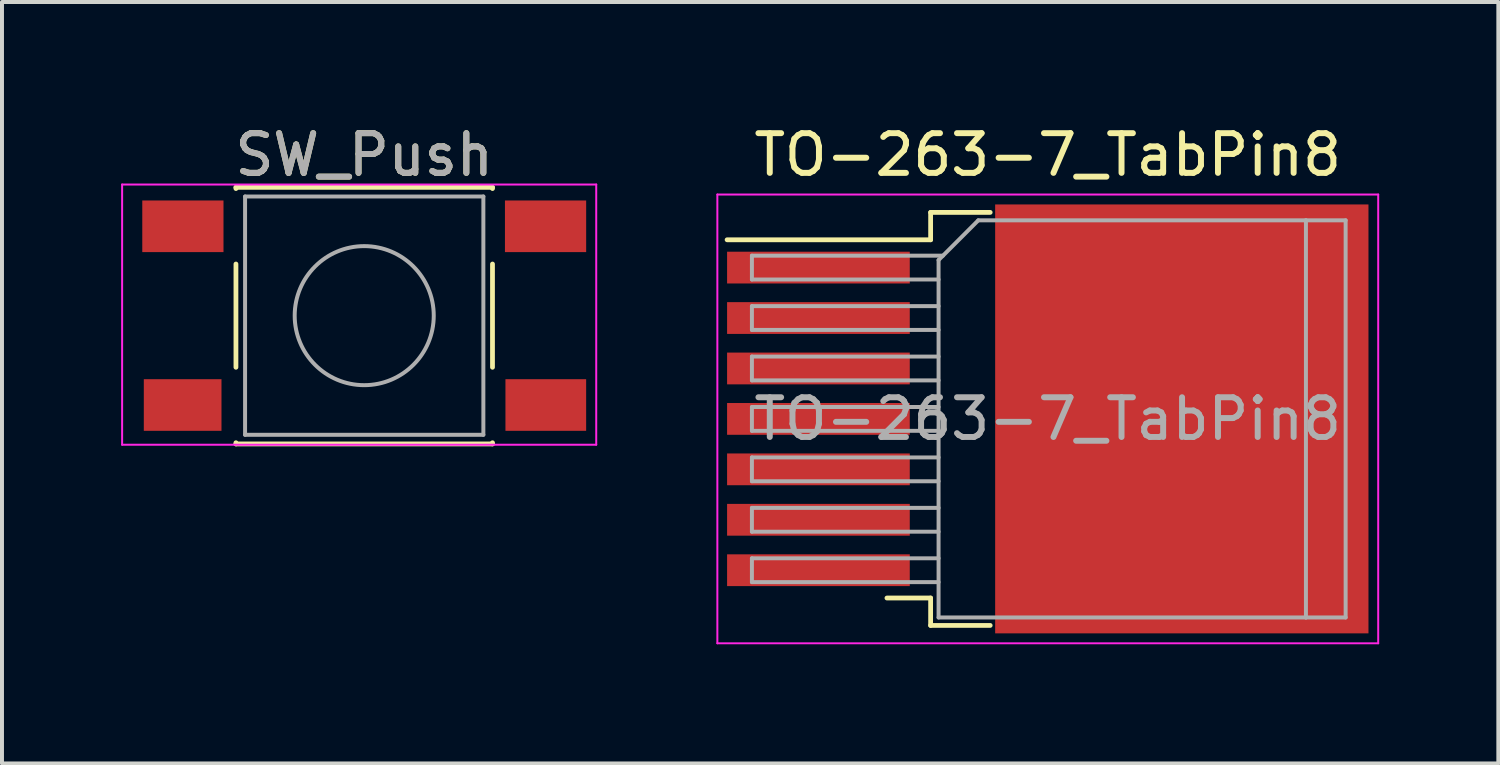
<source format=kicad_pcb>
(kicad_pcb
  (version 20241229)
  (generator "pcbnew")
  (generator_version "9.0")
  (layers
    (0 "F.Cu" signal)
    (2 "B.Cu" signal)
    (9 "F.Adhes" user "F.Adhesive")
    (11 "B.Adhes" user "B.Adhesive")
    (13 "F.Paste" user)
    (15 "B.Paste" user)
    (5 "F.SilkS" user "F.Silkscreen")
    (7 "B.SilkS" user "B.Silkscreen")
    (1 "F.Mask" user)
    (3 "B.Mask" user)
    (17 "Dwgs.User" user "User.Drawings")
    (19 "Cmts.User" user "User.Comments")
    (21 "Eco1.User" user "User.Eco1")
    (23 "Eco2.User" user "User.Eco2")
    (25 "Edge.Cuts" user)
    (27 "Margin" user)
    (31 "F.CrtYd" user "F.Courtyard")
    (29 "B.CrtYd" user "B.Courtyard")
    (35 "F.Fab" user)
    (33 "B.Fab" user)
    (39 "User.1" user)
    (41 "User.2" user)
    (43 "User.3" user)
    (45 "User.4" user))
  (footprint "SW_Push"
    (layer "F.Cu")
    (at 6.121 4.898)
    (property "Reference" "SW_Push" (at 0 -4.05 0) (layer "F.SilkS") (effects (font (size 1 1) (thickness 0.15))))
    (attr smd)
    (fp_line (start -3.23 -3.23) (end 3.23 -3.23) (stroke (width 0.12) (type solid)) (layer "F.SilkS"))
    (fp_line (start -3.23 -3.2) (end -3.23 -3.23) (stroke (width 0.12) (type solid)) (layer "F.SilkS"))
    (fp_line (start -3.23 -1.3) (end -3.23 1.3) (stroke (width 0.12) (type solid)) (layer "F.SilkS"))
    (fp_line (start -3.23 3.23) (end -3.23 3.2) (stroke (width 0.12) (type solid)) (layer "F.SilkS"))
    (fp_line (start -3.23 3.23) (end 3.23 3.23) (stroke (width 0.12) (type solid)) (layer "F.SilkS"))
    (fp_line (start 3.23 -3.23) (end 3.23 -3.2) (stroke (width 0.12) (type solid)) (layer "F.SilkS"))
    (fp_line (start 3.23 -1.3) (end 3.23 1.3) (stroke (width 0.12) (type solid)) (layer "F.SilkS"))
    (fp_line (start 3.23 3.23) (end 3.23 3.2) (stroke (width 0.12) (type solid)) (layer "F.SilkS"))
    (fp_line (start -6.096 -3.302) (end -6.096 3.25) (stroke (width 0.05) (type solid)) (layer "F.CrtYd"))
    (fp_line (start -6.096 -3.302) (end 5.842 -3.302) (stroke (width 0.05) (type solid)) (layer "F.CrtYd"))
    (fp_line (start -6.096 3.25) (end 5.842 3.25) (stroke (width 0.05) (type solid)) (layer "F.CrtYd"))
    (fp_line (start 5.842 3.25) (end 5.842 -3.302) (stroke (width 0.05) (type solid)) (layer "F.CrtYd"))
    (fp_line (start -3 -3) (end -3 3) (stroke (width 0.1) (type solid)) (layer "F.Fab"))
    (fp_line (start -3 3) (end 3 3) (stroke (width 0.1) (type solid)) (layer "F.Fab"))
    (fp_line (start 3 -3) (end -3 -3) (stroke (width 0.1) (type solid)) (layer "F.Fab"))
    (fp_line (start 3 3) (end 3 -3) (stroke (width 0.1) (type solid)) (layer "F.Fab"))
    (fp_circle (center 0 0) (end 1.75 -0.05) (stroke (width 0.1) (type solid)) (fill no) (layer "F.Fab"))
    (fp_text user "${REFERENCE}" (at 0 -4.05 0) (layer "F.Fab") (effects (font (size 1 1) (thickness 0.15))))
    (pad "1" smd rect (at -4.566 -2.25) (size 2.045 1.3) (layers "F.Cu" "F.Mask" "F.Paste"))
    (pad "1" smd rect (at 4.566 -2.25) (size 2.045 1.3) (layers "F.Cu" "F.Mask" "F.Paste"))
    (pad "2" smd rect (at -4.572 2.25) (size 1.956 1.3) (layers "F.Cu" "F.Mask" "F.Paste"))
    (pad "2" smd rect (at 4.572 2.25) (size 2.032 1.3) (layers "F.Cu" "F.Mask" "F.Paste")))
  (footprint "TO-263-7_TabPin8"
    (layer "F.Cu")
    (at 23.333 7.498)
    (property "Reference" "TO-263-7_TabPin8" (at 0 -6.65 0) (layer "F.SilkS") (effects (font (size 1 1) (thickness 0.15))))
    (attr smd)
    (fp_line (start -2.95 -5.2) (end -2.95 -4.51) (stroke (width 0.12) (type solid)) (layer "F.SilkS"))
    (fp_line (start -2.95 -4.51) (end -8.075 -4.51) (stroke (width 0.12) (type solid)) (layer "F.SilkS"))
    (fp_line (start -2.95 4.51) (end -4.05 4.51) (stroke (width 0.12) (type solid)) (layer "F.SilkS"))
    (fp_line (start -2.95 5.2) (end -2.95 4.51) (stroke (width 0.12) (type solid)) (layer "F.SilkS"))
    (fp_line (start -1.45 -5.2) (end -2.95 -5.2) (stroke (width 0.12) (type solid)) (layer "F.SilkS"))
    (fp_line (start -1.45 5.2) (end -2.95 5.2) (stroke (width 0.12) (type solid)) (layer "F.SilkS"))
    (fp_line (start -8.32 -5.65) (end -8.32 5.65) (stroke (width 0.05) (type solid)) (layer "F.CrtYd"))
    (fp_line (start -8.32 5.65) (end 8.32 5.65) (stroke (width 0.05) (type solid)) (layer "F.CrtYd"))
    (fp_line (start 8.32 -5.65) (end -8.32 -5.65) (stroke (width 0.05) (type solid)) (layer "F.CrtYd"))
    (fp_line (start 8.32 5.65) (end 8.32 -5.65) (stroke (width 0.05) (type solid)) (layer "F.CrtYd"))
    (fp_line (start -7.45 -4.11) (end -7.45 -3.51) (stroke (width 0.1) (type solid)) (layer "F.Fab"))
    (fp_line (start -7.45 -3.51) (end -2.75 -3.51) (stroke (width 0.1) (type solid)) (layer "F.Fab"))
    (fp_line (start -7.45 -2.84) (end -7.45 -2.24) (stroke (width 0.1) (type solid)) (layer "F.Fab"))
    (fp_line (start -7.45 -2.24) (end -2.75 -2.24) (stroke (width 0.1) (type solid)) (layer "F.Fab"))
    (fp_line (start -7.45 -1.57) (end -7.45 -0.97) (stroke (width 0.1) (type solid)) (layer "F.Fab"))
    (fp_line (start -7.45 -0.97) (end -2.75 -0.97) (stroke (width 0.1) (type solid)) (layer "F.Fab"))
    (fp_line (start -7.45 -0.3) (end -7.45 0.3) (stroke (width 0.1) (type solid)) (layer "F.Fab"))
    (fp_line (start -7.45 0.3) (end -2.75 0.3) (stroke (width 0.1) (type solid)) (layer "F.Fab"))
    (fp_line (start -7.45 0.97) (end -7.45 1.57) (stroke (width 0.1) (type solid)) (layer "F.Fab"))
    (fp_line (start -7.45 1.57) (end -2.75 1.57) (stroke (width 0.1) (type solid)) (layer "F.Fab"))
    (fp_line (start -7.45 2.24) (end -7.45 2.84) (stroke (width 0.1) (type solid)) (layer "F.Fab"))
    (fp_line (start -7.45 2.84) (end -2.75 2.84) (stroke (width 0.1) (type solid)) (layer "F.Fab"))
    (fp_line (start -7.45 3.51) (end -7.45 4.11) (stroke (width 0.1) (type solid)) (layer "F.Fab"))
    (fp_line (start -7.45 4.11) (end -2.75 4.11) (stroke (width 0.1) (type solid)) (layer "F.Fab"))
    (fp_line (start -2.75 -4) (end -1.75 -5) (stroke (width 0.1) (type solid)) (layer "F.Fab"))
    (fp_line (start -2.75 -2.84) (end -7.45 -2.84) (stroke (width 0.1) (type solid)) (layer "F.Fab"))
    (fp_line (start -2.75 -1.57) (end -7.45 -1.57) (stroke (width 0.1) (type solid)) (layer "F.Fab"))
    (fp_line (start -2.75 -0.3) (end -7.45 -0.3) (stroke (width 0.1) (type solid)) (layer "F.Fab"))
    (fp_line (start -2.75 0.97) (end -7.45 0.97) (stroke (width 0.1) (type solid)) (layer "F.Fab"))
    (fp_line (start -2.75 2.24) (end -7.45 2.24) (stroke (width 0.1) (type solid)) (layer "F.Fab"))
    (fp_line (start -2.75 3.51) (end -7.45 3.51) (stroke (width 0.1) (type solid)) (layer "F.Fab"))
    (fp_line (start -2.75 5) (end -2.75 -4) (stroke (width 0.1) (type solid)) (layer "F.Fab"))
    (fp_line (start -2.64 -4.11) (end -7.45 -4.11) (stroke (width 0.1) (type solid)) (layer "F.Fab"))
    (fp_line (start -1.75 -5) (end 6.5 -5) (stroke (width 0.1) (type solid)) (layer "F.Fab"))
    (fp_line (start 6.5 -5) (end 6.5 5) (stroke (width 0.1) (type solid)) (layer "F.Fab"))
    (fp_line (start 6.5 -5) (end 7.5 -5) (stroke (width 0.1) (type solid)) (layer "F.Fab"))
    (fp_line (start 6.5 5) (end -2.75 5) (stroke (width 0.1) (type solid)) (layer "F.Fab"))
    (fp_line (start 7.5 -5) (end 7.5 5) (stroke (width 0.1) (type solid)) (layer "F.Fab"))
    (fp_line (start 7.5 5) (end 6.5 5) (stroke (width 0.1) (type solid)) (layer "F.Fab"))
    (fp_text user "${REFERENCE}" (at 0 0 0) (layer "F.Fab") (effects (font (size 1 1) (thickness 0.15))))
    (pad "" smd rect (at 0.95 -2.775) (size 4.55 5.25) (layers "F.Paste"))
    (pad "" smd rect (at 0.95 2.775) (size 4.55 5.25) (layers "F.Paste"))
    (pad "" smd rect (at 5.8 -2.775) (size 4.55 5.25) (layers "F.Paste"))
    (pad "" smd rect (at 5.8 2.775) (size 4.55 5.25) (layers "F.Paste"))
    (pad "1" smd rect (at -5.775 -3.81) (size 4.6 0.8) (layers "F.Cu" "F.Mask" "F.Paste"))
    (pad "2" smd rect (at -5.775 -2.54) (size 4.6 0.8) (layers "F.Cu" "F.Mask" "F.Paste"))
    (pad "3" smd rect (at -5.775 -1.27) (size 4.6 0.8) (layers "F.Cu" "F.Mask" "F.Paste"))
    (pad "3" smd rect (at -5.775 0) (size 4.6 0.8) (layers "F.Cu" "F.Mask" "F.Paste"))
    (pad "3" smd rect (at -5.775 1.27) (size 4.6 0.8) (layers "F.Cu" "F.Mask" "F.Paste"))
    (pad "3" smd rect (at -5.775 2.54) (size 4.6 0.8) (layers "F.Cu" "F.Mask" "F.Paste"))
    (pad "3" smd rect (at -5.775 3.81) (size 4.6 0.8) (layers "F.Cu" "F.Mask" "F.Paste"))
    (pad "4" smd rect (at 3.375 0) (size 9.4 10.8) (layers "F.Cu" "F.Mask")))
  (gr_rect
    (start -3 -3)
    (end 34.678 16.173)
    (stroke (width 0.1) (type default))
    (fill no)
    (layer "Edge.Cuts")))
</source>
